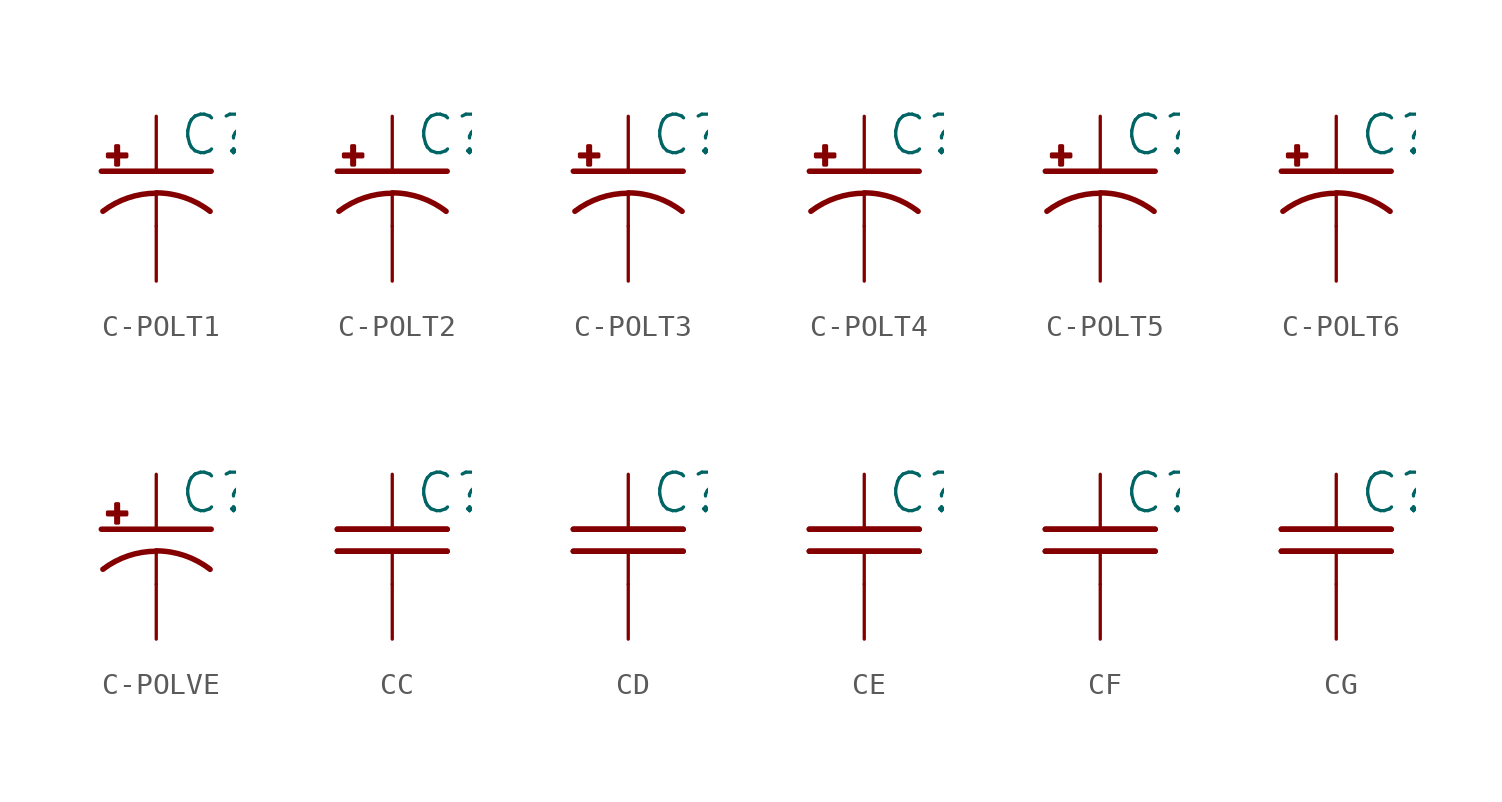
<source format=kicad_sym>
(kicad_symbol_lib
  (version 20231120)
  (generator "kicad_symbol_editor")
  (generator_version "8.0")
  (symbol "C-POLT1"
    (property "Reference" "C"
      (at 1.016 0.635 0)
      (effects (font (size 1.778 1.778)) (justify left bottom)))
    (property "Value" ""
      (at 1.016 -4.191 0)
      (effects (font (size 1.778 1.778)) (justify left bottom)))
    (property "ki_locked" ""
      (at 0 0 0)
      (effects (font (size 1.27 1.27))))
    (symbol "C-POLT1_1_0"
      (rectangle (start -2.253 0.668) (end -1.364 0.795) (stroke (width 0) (type default)) (fill (type outline)))
      (rectangle (start -1.872 0.287) (end -1.745 1.176) (stroke (width 0) (type default)) (fill (type outline)))
      (arc (start 0 -1.0161) (mid -1.3021 -1.2303) (end -2.4669 -1.8504) (stroke (width 0.254) (type solid)) (fill (type none)))
      (polyline (pts (xy -2.54 0) (xy 2.54 0)) (stroke (width 0.254) (type solid)) (fill (type none)))
      (polyline (pts (xy 0 -1.016) (xy 0 -2.54)) (stroke (width 0.152) (type solid)) (fill (type none)))
      (arc (start 2.4892 -1.8541) (mid 1.3158 -1.2194) (end 0 -1) (stroke (width 0.254) (type solid)) (fill (type none)))
      (pin passive line (at 0 2.54 270) (length 2.54) (name "+" (effects (font (size 0 0)))) (number "1" (effects (font (size 0 0)))))
      (pin passive line (at 0 -5.08 90) (length 2.54) (name "-" (effects (font (size 0 0)))) (number "2" (effects (font (size 0 0)))))))
  (symbol "C-POLT2"
    (property "Reference" "C"
      (at 1.016 0.635 0)
      (effects (font (size 1.778 1.778)) (justify left bottom)))
    (property "Value" ""
      (at 1.016 -4.191 0)
      (effects (font (size 1.778 1.778)) (justify left bottom)))
    (property "ki_locked" ""
      (at 0 0 0)
      (effects (font (size 1.27 1.27))))
    (symbol "C-POLT2_1_0"
      (rectangle (start -2.253 0.668) (end -1.364 0.795) (stroke (width 0) (type default)) (fill (type outline)))
      (rectangle (start -1.872 0.287) (end -1.745 1.176) (stroke (width 0) (type default)) (fill (type outline)))
      (arc (start 0 -1.0161) (mid -1.3021 -1.2303) (end -2.4669 -1.8504) (stroke (width 0.254) (type solid)) (fill (type none)))
      (polyline (pts (xy -2.54 0) (xy 2.54 0)) (stroke (width 0.254) (type solid)) (fill (type none)))
      (polyline (pts (xy 0 -1.016) (xy 0 -2.54)) (stroke (width 0.152) (type solid)) (fill (type none)))
      (arc (start 2.4892 -1.8541) (mid 1.3158 -1.2194) (end 0 -1) (stroke (width 0.254) (type solid)) (fill (type none)))
      (pin passive line (at 0 2.54 270) (length 2.54) (name "+" (effects (font (size 0 0)))) (number "1" (effects (font (size 0 0)))))
      (pin passive line (at 0 -5.08 90) (length 2.54) (name "-" (effects (font (size 0 0)))) (number "2" (effects (font (size 0 0)))))))
  (symbol "C-POLT3"
    (property "Reference" "C"
      (at 1.016 0.635 0)
      (effects (font (size 1.778 1.778)) (justify left bottom)))
    (property "Value" ""
      (at 1.016 -4.191 0)
      (effects (font (size 1.778 1.778)) (justify left bottom)))
    (property "ki_locked" ""
      (at 0 0 0)
      (effects (font (size 1.27 1.27))))
    (symbol "C-POLT3_1_0"
      (rectangle (start -2.253 0.668) (end -1.364 0.795) (stroke (width 0) (type default)) (fill (type outline)))
      (rectangle (start -1.872 0.287) (end -1.745 1.176) (stroke (width 0) (type default)) (fill (type outline)))
      (arc (start 0 -1.0161) (mid -1.3021 -1.2303) (end -2.4669 -1.8504) (stroke (width 0.254) (type solid)) (fill (type none)))
      (polyline (pts (xy -2.54 0) (xy 2.54 0)) (stroke (width 0.254) (type solid)) (fill (type none)))
      (polyline (pts (xy 0 -1.016) (xy 0 -2.54)) (stroke (width 0.152) (type solid)) (fill (type none)))
      (arc (start 2.4892 -1.8541) (mid 1.3158 -1.2194) (end 0 -1) (stroke (width 0.254) (type solid)) (fill (type none)))
      (pin passive line (at 0 2.54 270) (length 2.54) (name "+" (effects (font (size 0 0)))) (number "1" (effects (font (size 0 0)))))
      (pin passive line (at 0 -5.08 90) (length 2.54) (name "-" (effects (font (size 0 0)))) (number "2" (effects (font (size 0 0)))))))
  (symbol "C-POLT4"
    (property "Reference" "C"
      (at 1.016 0.635 0)
      (effects (font (size 1.778 1.778)) (justify left bottom)))
    (property "Value" ""
      (at 1.016 -4.191 0)
      (effects (font (size 1.778 1.778)) (justify left bottom)))
    (property "ki_locked" ""
      (at 0 0 0)
      (effects (font (size 1.27 1.27))))
    (symbol "C-POLT4_1_0"
      (rectangle (start -2.253 0.668) (end -1.364 0.795) (stroke (width 0) (type default)) (fill (type outline)))
      (rectangle (start -1.872 0.287) (end -1.745 1.176) (stroke (width 0) (type default)) (fill (type outline)))
      (arc (start 0 -1.0161) (mid -1.3021 -1.2303) (end -2.4669 -1.8504) (stroke (width 0.254) (type solid)) (fill (type none)))
      (polyline (pts (xy -2.54 0) (xy 2.54 0)) (stroke (width 0.254) (type solid)) (fill (type none)))
      (polyline (pts (xy 0 -1.016) (xy 0 -2.54)) (stroke (width 0.152) (type solid)) (fill (type none)))
      (arc (start 2.4892 -1.8541) (mid 1.3158 -1.2194) (end 0 -1) (stroke (width 0.254) (type solid)) (fill (type none)))
      (pin passive line (at 0 2.54 270) (length 2.54) (name "+" (effects (font (size 0 0)))) (number "P$1" (effects (font (size 0 0)))))
      (pin passive line (at 0 -5.08 90) (length 2.54) (name "-" (effects (font (size 0 0)))) (number "P$2" (effects (font (size 0 0)))))))
  (symbol "C-POLT5"
    (property "Reference" "C"
      (at 1.016 0.635 0)
      (effects (font (size 1.778 1.778)) (justify left bottom)))
    (property "Value" ""
      (at 1.016 -4.191 0)
      (effects (font (size 1.778 1.778)) (justify left bottom)))
    (property "ki_locked" ""
      (at 0 0 0)
      (effects (font (size 1.27 1.27))))
    (symbol "C-POLT5_1_0"
      (rectangle (start -2.253 0.668) (end -1.364 0.795) (stroke (width 0) (type default)) (fill (type outline)))
      (rectangle (start -1.872 0.287) (end -1.745 1.176) (stroke (width 0) (type default)) (fill (type outline)))
      (arc (start 0 -1.0161) (mid -1.3021 -1.2303) (end -2.4669 -1.8504) (stroke (width 0.254) (type solid)) (fill (type none)))
      (polyline (pts (xy -2.54 0) (xy 2.54 0)) (stroke (width 0.254) (type solid)) (fill (type none)))
      (polyline (pts (xy 0 -1.016) (xy 0 -2.54)) (stroke (width 0.152) (type solid)) (fill (type none)))
      (arc (start 2.4892 -1.8541) (mid 1.3158 -1.2194) (end 0 -1) (stroke (width 0.254) (type solid)) (fill (type none)))
      (pin passive line (at 0 2.54 270) (length 2.54) (name "+" (effects (font (size 0 0)))) (number "1" (effects (font (size 0 0)))))
      (pin passive line (at 0 -5.08 90) (length 2.54) (name "-" (effects (font (size 0 0)))) (number "2" (effects (font (size 0 0)))))))
  (symbol "C-POLT6"
    (property "Reference" "C"
      (at 1.016 0.635 0)
      (effects (font (size 1.778 1.778)) (justify left bottom)))
    (property "Value" ""
      (at 1.016 -4.191 0)
      (effects (font (size 1.778 1.778)) (justify left bottom)))
    (property "ki_locked" ""
      (at 0 0 0)
      (effects (font (size 1.27 1.27))))
    (symbol "C-POLT6_1_0"
      (rectangle (start -2.253 0.668) (end -1.364 0.795) (stroke (width 0) (type default)) (fill (type outline)))
      (rectangle (start -1.872 0.287) (end -1.745 1.176) (stroke (width 0) (type default)) (fill (type outline)))
      (arc (start 0 -1.0161) (mid -1.3021 -1.2303) (end -2.4669 -1.8504) (stroke (width 0.254) (type solid)) (fill (type none)))
      (polyline (pts (xy -2.54 0) (xy 2.54 0)) (stroke (width 0.254) (type solid)) (fill (type none)))
      (polyline (pts (xy 0 -1.016) (xy 0 -2.54)) (stroke (width 0.152) (type solid)) (fill (type none)))
      (arc (start 2.4892 -1.8541) (mid 1.3158 -1.2194) (end 0 -1) (stroke (width 0.254) (type solid)) (fill (type none)))
      (pin passive line (at 0 2.54 270) (length 2.54) (name "+" (effects (font (size 0 0)))) (number "1" (effects (font (size 0 0)))))
      (pin passive line (at 0 -5.08 90) (length 2.54) (name "-" (effects (font (size 0 0)))) (number "2" (effects (font (size 0 0)))))))
  (symbol "C-POLVE"
    (property "Reference" "C"
      (at 1.016 0.635 0)
      (effects (font (size 1.778 1.778)) (justify left bottom)))
    (property "Value" ""
      (at 1.016 -4.191 0)
      (effects (font (size 1.778 1.778)) (justify left bottom)))
    (property "ki_locked" ""
      (at 0 0 0)
      (effects (font (size 1.27 1.27))))
    (symbol "C-POLVE_1_0"
      (rectangle (start -2.253 0.668) (end -1.364 0.795) (stroke (width 0) (type default)) (fill (type outline)))
      (rectangle (start -1.872 0.287) (end -1.745 1.176) (stroke (width 0) (type default)) (fill (type outline)))
      (arc (start 0 -1.0161) (mid -1.3021 -1.2303) (end -2.4669 -1.8504) (stroke (width 0.254) (type solid)) (fill (type none)))
      (polyline (pts (xy -2.54 0) (xy 2.54 0)) (stroke (width 0.254) (type solid)) (fill (type none)))
      (polyline (pts (xy 0 -1.016) (xy 0 -2.54)) (stroke (width 0.152) (type solid)) (fill (type none)))
      (arc (start 2.4892 -1.8541) (mid 1.3158 -1.2194) (end 0 -1) (stroke (width 0.254) (type solid)) (fill (type none)))
      (pin passive line (at 0 2.54 270) (length 2.54) (name "+" (effects (font (size 0 0)))) (number "+" (effects (font (size 0 0)))))
      (pin passive line (at 0 -5.08 90) (length 2.54) (name "-" (effects (font (size 0 0)))) (number "-" (effects (font (size 0 0)))))))
  (symbol "CC"
    (property "Reference" "C"
      (at 1.016 0.635 0)
      (effects (font (size 1.778 1.778)) (justify left bottom)))
    (property "Value" ""
      (at 1.016 -4.191 0)
      (effects (font (size 1.778 1.778)) (justify left bottom)))
    (property "ki_locked" ""
      (at 0 0 0)
      (effects (font (size 1.27 1.27))))
    (symbol "CC_1_0"
      (polyline (pts (xy -2.54 -1.016) (xy 2.54 -1.016)) (stroke (width 0.254) (type solid)) (fill (type none)))
      (polyline (pts (xy -2.54 -1.016) (xy 2.54 -1.016)) (stroke (width 0.254) (type solid)) (fill (type none)))
      (polyline (pts (xy -2.54 0) (xy 2.54 0)) (stroke (width 0.254) (type solid)) (fill (type none)))
      (polyline (pts (xy -2.54 0) (xy 2.54 0)) (stroke (width 0.254) (type solid)) (fill (type none)))
      (polyline (pts (xy 0 -1.016) (xy 0 -2.54)) (stroke (width 0.152) (type solid)) (fill (type none)))
      (pin passive line (at 0 2.54 270) (length 2.54) (name "1" (effects (font (size 0 0)))) (number "1" (effects (font (size 0 0)))))
      (pin passive line (at 0 -5.08 90) (length 2.54) (name "2" (effects (font (size 0 0)))) (number "2" (effects (font (size 0 0)))))))
  (symbol "CD"
    (property "Reference" "C"
      (at 1.016 0.635 0)
      (effects (font (size 1.778 1.778)) (justify left bottom)))
    (property "Value" ""
      (at 1.016 -4.191 0)
      (effects (font (size 1.778 1.778)) (justify left bottom)))
    (property "ki_locked" ""
      (at 0 0 0)
      (effects (font (size 1.27 1.27))))
    (symbol "CD_1_0"
      (polyline (pts (xy -2.54 -1.016) (xy 2.54 -1.016)) (stroke (width 0.254) (type solid)) (fill (type none)))
      (polyline (pts (xy -2.54 -1.016) (xy 2.54 -1.016)) (stroke (width 0.254) (type solid)) (fill (type none)))
      (polyline (pts (xy -2.54 0) (xy 2.54 0)) (stroke (width 0.254) (type solid)) (fill (type none)))
      (polyline (pts (xy -2.54 0) (xy 2.54 0)) (stroke (width 0.254) (type solid)) (fill (type none)))
      (polyline (pts (xy 0 -1.016) (xy 0 -2.54)) (stroke (width 0.152) (type solid)) (fill (type none)))
      (pin passive line (at 0 2.54 270) (length 2.54) (name "1" (effects (font (size 0 0)))) (number "1" (effects (font (size 0 0)))))
      (pin passive line (at 0 -5.08 90) (length 2.54) (name "2" (effects (font (size 0 0)))) (number "2" (effects (font (size 0 0)))))))
  (symbol "CE"
    (property "Reference" "C"
      (at 1.016 0.635 0)
      (effects (font (size 1.778 1.778)) (justify left bottom)))
    (property "Value" ""
      (at 1.016 -4.191 0)
      (effects (font (size 1.778 1.778)) (justify left bottom)))
    (property "ki_locked" ""
      (at 0 0 0)
      (effects (font (size 1.27 1.27))))
    (symbol "CE_1_0"
      (polyline (pts (xy -2.54 -1.016) (xy 2.54 -1.016)) (stroke (width 0.254) (type solid)) (fill (type none)))
      (polyline (pts (xy -2.54 -1.016) (xy 2.54 -1.016)) (stroke (width 0.254) (type solid)) (fill (type none)))
      (polyline (pts (xy -2.54 0) (xy 2.54 0)) (stroke (width 0.254) (type solid)) (fill (type none)))
      (polyline (pts (xy -2.54 0) (xy 2.54 0)) (stroke (width 0.254) (type solid)) (fill (type none)))
      (polyline (pts (xy 0 -1.016) (xy 0 -2.54)) (stroke (width 0.152) (type solid)) (fill (type none)))
      (pin passive line (at 0 2.54 270) (length 2.54) (name "1" (effects (font (size 0 0)))) (number "P$1" (effects (font (size 0 0)))))
      (pin passive line (at 0 -5.08 90) (length 2.54) (name "2" (effects (font (size 0 0)))) (number "P$2" (effects (font (size 0 0)))))))
  (symbol "CF"
    (property "Reference" "C"
      (at 1.016 0.635 0)
      (effects (font (size 1.778 1.778)) (justify left bottom)))
    (property "Value" ""
      (at 1.016 -4.191 0)
      (effects (font (size 1.778 1.778)) (justify left bottom)))
    (property "ki_locked" ""
      (at 0 0 0)
      (effects (font (size 1.27 1.27))))
    (symbol "CF_1_0"
      (polyline (pts (xy -2.54 -1.016) (xy 2.54 -1.016)) (stroke (width 0.254) (type solid)) (fill (type none)))
      (polyline (pts (xy -2.54 -1.016) (xy 2.54 -1.016)) (stroke (width 0.254) (type solid)) (fill (type none)))
      (polyline (pts (xy -2.54 0) (xy 2.54 0)) (stroke (width 0.254) (type solid)) (fill (type none)))
      (polyline (pts (xy -2.54 0) (xy 2.54 0)) (stroke (width 0.254) (type solid)) (fill (type none)))
      (polyline (pts (xy 0 -1.016) (xy 0 -2.54)) (stroke (width 0.152) (type solid)) (fill (type none)))
      (pin passive line (at 0 2.54 270) (length 2.54) (name "1" (effects (font (size 0 0)))) (number "1" (effects (font (size 0 0)))))
      (pin passive line (at 0 -5.08 90) (length 2.54) (name "2" (effects (font (size 0 0)))) (number "2" (effects (font (size 0 0)))))))
  (symbol "CG"
    (property "Reference" "C"
      (at 1.016 0.635 0)
      (effects (font (size 1.778 1.778)) (justify left bottom)))
    (property "Value" ""
      (at 1.016 -4.191 0)
      (effects (font (size 1.778 1.778)) (justify left bottom)))
    (property "ki_locked" ""
      (at 0 0 0)
      (effects (font (size 1.27 1.27))))
    (symbol "CG_1_0"
      (polyline (pts (xy -2.54 -1.016) (xy 2.54 -1.016)) (stroke (width 0.254) (type solid)) (fill (type none)))
      (polyline (pts (xy -2.54 -1.016) (xy 2.54 -1.016)) (stroke (width 0.254) (type solid)) (fill (type none)))
      (polyline (pts (xy -2.54 0) (xy 2.54 0)) (stroke (width 0.254) (type solid)) (fill (type none)))
      (polyline (pts (xy -2.54 0) (xy 2.54 0)) (stroke (width 0.254) (type solid)) (fill (type none)))
      (polyline (pts (xy 0 -1.016) (xy 0 -2.54)) (stroke (width 0.152) (type solid)) (fill (type none)))
      (pin passive line (at 0 2.54 270) (length 2.54) (name "1" (effects (font (size 0 0)))) (number "1" (effects (font (size 0 0)))))
      (pin passive line (at 0 -5.08 90) (length 2.54) (name "2" (effects (font (size 0 0)))) (number "2" (effects (font (size 0 0))))))))
</source>
